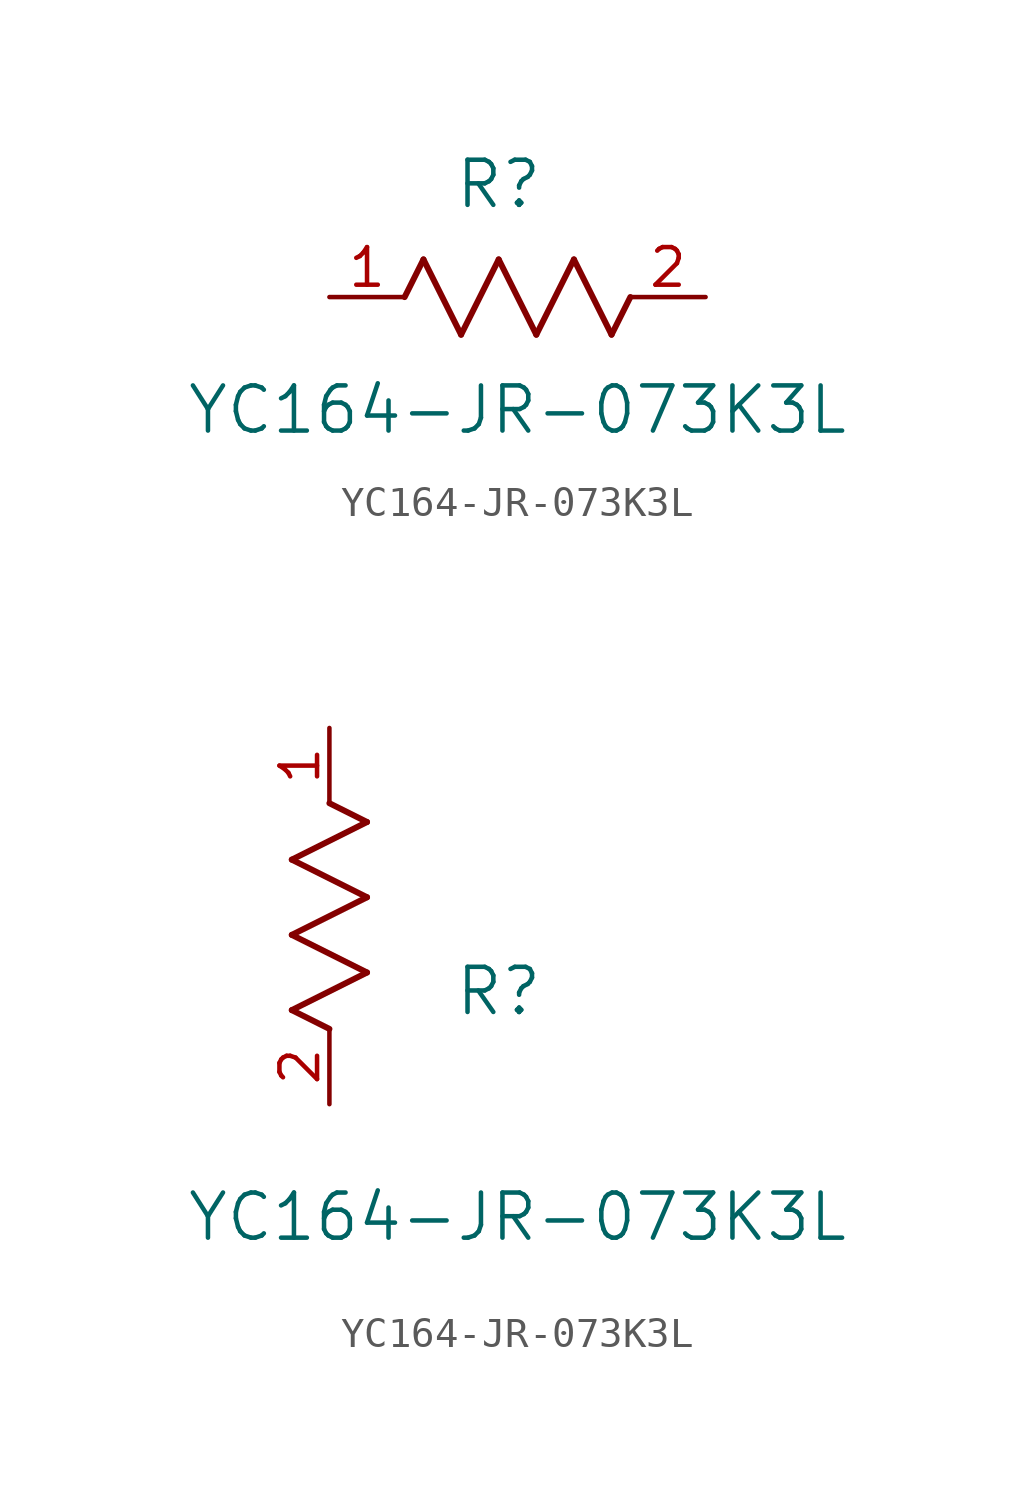
<source format=kicad_sym>
(kicad_symbol_lib
  (version 20211014)
  (generator kicad_symbol_editor)
  (symbol "YC164-JR-073K3L"
    (pin_names
      (offset 0.254))
    (property "Reference" "R"
      (at 5.715 3.81 0)
      (effects (font (size 1.524 1.524))))
    (property "Value" "YC164-JR-073K3L"
      (at 6.35 -3.81 0)
      (effects (font (size 1.524 1.524))))
    (symbol "YC164-JR-073K3L_1_1"
      (polyline (pts (xy 3.175 1.27) (xy 4.445 -1.27)) (stroke (width 0.203) (type default) (color 0 0 0 0)) (fill (type none)))
      (polyline (pts (xy 4.445 -1.27) (xy 5.715 1.27)) (stroke (width 0.203) (type default) (color 0 0 0 0)) (fill (type none)))
      (polyline (pts (xy 5.715 1.27) (xy 6.985 -1.27)) (stroke (width 0.203) (type default) (color 0 0 0 0)) (fill (type none)))
      (polyline (pts (xy 6.985 -1.27) (xy 8.255 1.27)) (stroke (width 0.203) (type default) (color 0 0 0 0)) (fill (type none)))
      (polyline (pts (xy 8.255 1.27) (xy 9.525 -1.27)) (stroke (width 0.203) (type default) (color 0 0 0 0)) (fill (type none)))
      (polyline (pts (xy 2.54 0) (xy 3.175 1.27)) (stroke (width 0.203) (type default) (color 0 0 0 0)) (fill (type none)))
      (polyline (pts (xy 9.525 -1.27) (xy 10.16 0)) (stroke (width 0.203) (type default) (color 0 0 0 0)) (fill (type none)))
      (pin unspecified line (at 0 0 0) (length 2.54) (name "" (effects (font (size 1.27 1.27)))) (number "1" (effects (font (size 1.27 1.27)))))
      (pin unspecified line (at 12.7 0 180) (length 2.54) (name "" (effects (font (size 1.27 1.27)))) (number "2" (effects (font (size 1.27 1.27))))))
    (symbol "YC164-JR-073K3L_1_2"
      (polyline (pts (xy 0 2.54) (xy -1.27 3.175)) (stroke (width 0.203) (type default) (color 0 0 0 0)) (fill (type none)))
      (polyline (pts (xy -1.27 3.175) (xy 1.27 4.445)) (stroke (width 0.203) (type default) (color 0 0 0 0)) (fill (type none)))
      (polyline (pts (xy 1.27 4.445) (xy -1.27 5.715)) (stroke (width 0.203) (type default) (color 0 0 0 0)) (fill (type none)))
      (polyline (pts (xy -1.27 5.715) (xy 1.27 6.985)) (stroke (width 0.203) (type default) (color 0 0 0 0)) (fill (type none)))
      (polyline (pts (xy -1.27 8.255) (xy 1.27 9.525)) (stroke (width 0.203) (type default) (color 0 0 0 0)) (fill (type none)))
      (polyline (pts (xy 1.27 9.525) (xy 0 10.16)) (stroke (width 0.203) (type default) (color 0 0 0 0)) (fill (type none)))
      (polyline (pts (xy 1.27 6.985) (xy -1.27 8.255)) (stroke (width 0.203) (type default) (color 0 0 0 0)) (fill (type none)))
      (pin unspecified line (at 0 12.7 270) (length 2.54) (name "" (effects (font (size 1.27 1.27)))) (number "1" (effects (font (size 1.27 1.27)))))
      (pin unspecified line (at 0 0 90) (length 2.54) (name "" (effects (font (size 1.27 1.27)))) (number "2" (effects (font (size 1.27 1.27))))))))
</source>
